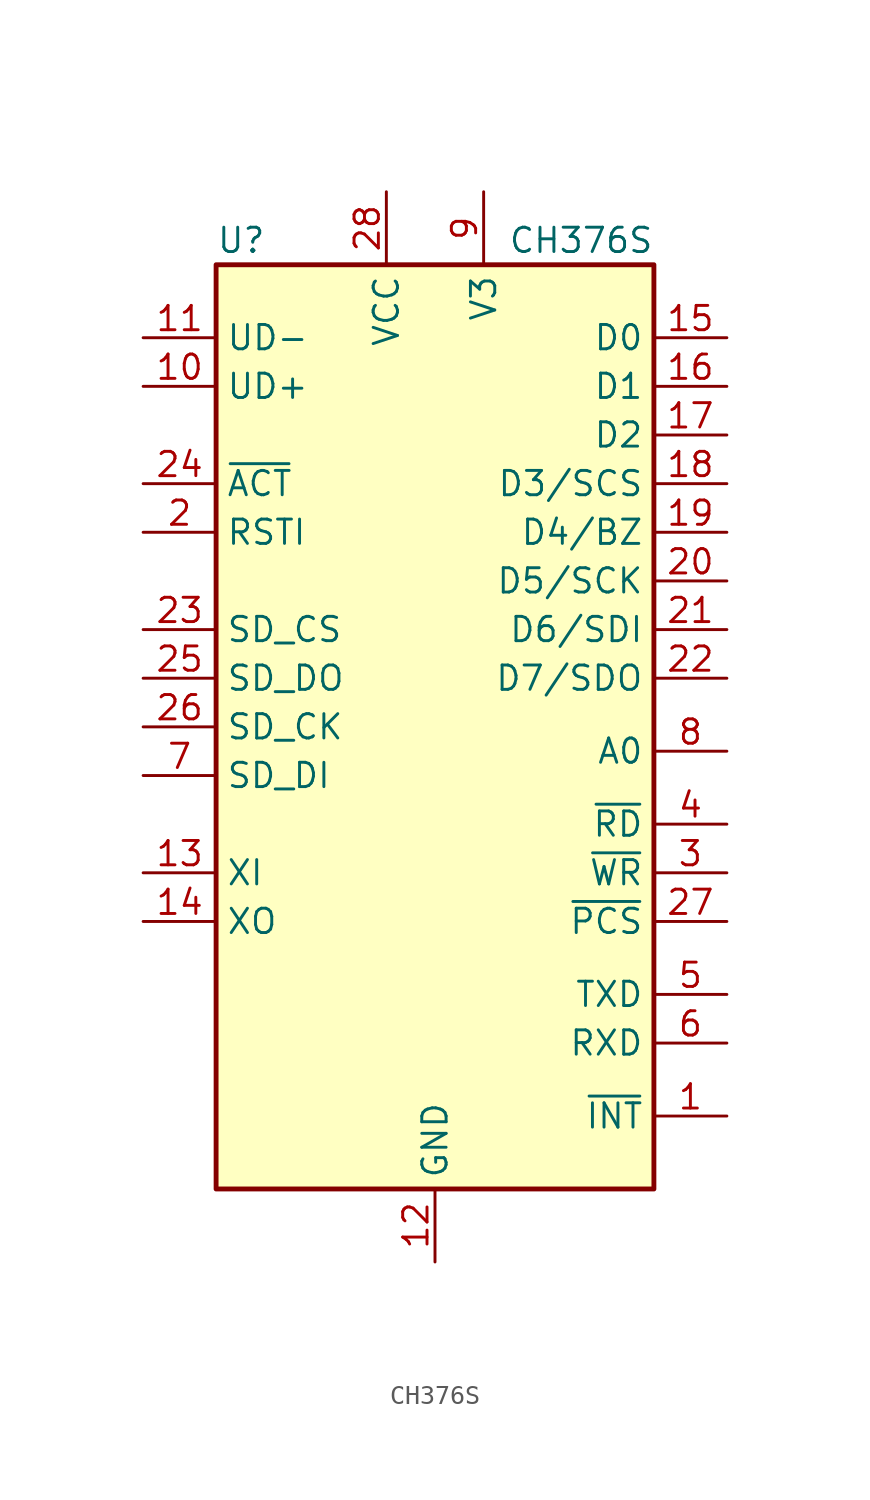
<source format=kicad_sym>
(kicad_symbol_lib
  (version 20211014)
  (generator kicad_symbol_editor)
  (symbol "CH376S"
    (property "Reference" "U"
      (at -11.43 24.13 0)
      (effects (font (size 1.27 1.27)) (justify left)))
    (property "Value" "CH376S"
      (at 3.81 24.13 0)
      (effects (font (size 1.27 1.27)) (justify left)))
    (symbol "CH376S_0_1"
      (rectangle (start -11.43 22.86) (end 11.43 -25.4) (stroke (width 0.254) (type default) (color 0 0 0 0)) (fill (type background))))
    (symbol "CH376S_1_1"
      (pin output line (at 15.24 -21.59 180) (length 3.81) (name "~{INT}" (effects (font (size 1.27 1.27)))) (number "1" (effects (font (size 1.27 1.27)))))
      (pin bidirectional line (at -15.24 16.51 0) (length 3.81) (name "UD+" (effects (font (size 1.27 1.27)))) (number "10" (effects (font (size 1.27 1.27)))))
      (pin bidirectional line (at -15.24 19.05 0) (length 3.81) (name "UD-" (effects (font (size 1.27 1.27)))) (number "11" (effects (font (size 1.27 1.27)))))
      (pin power_in line (at 0 -29.21 90) (length 3.81) (name "GND" (effects (font (size 1.27 1.27)))) (number "12" (effects (font (size 1.27 1.27)))))
      (pin input line (at -15.24 -8.89 0) (length 3.81) (name "XI" (effects (font (size 1.27 1.27)))) (number "13" (effects (font (size 1.27 1.27)))))
      (pin output line (at -15.24 -11.43 0) (length 3.81) (name "XO" (effects (font (size 1.27 1.27)))) (number "14" (effects (font (size 1.27 1.27)))))
      (pin passive line (at 15.24 19.05 180) (length 3.81) (name "D0" (effects (font (size 1.27 1.27)))) (number "15" (effects (font (size 1.27 1.27)))))
      (pin passive line (at 15.24 16.51 180) (length 3.81) (name "D1" (effects (font (size 1.27 1.27)))) (number "16" (effects (font (size 1.27 1.27)))))
      (pin passive line (at 15.24 13.97 180) (length 3.81) (name "D2" (effects (font (size 1.27 1.27)))) (number "17" (effects (font (size 1.27 1.27)))))
      (pin passive line (at 15.24 11.43 180) (length 3.81) (name "D3/SCS" (effects (font (size 1.27 1.27)))) (number "18" (effects (font (size 1.27 1.27)))))
      (pin passive line (at 15.24 8.89 180) (length 3.81) (name "D4/BZ" (effects (font (size 1.27 1.27)))) (number "19" (effects (font (size 1.27 1.27)))))
      (pin input line (at -15.24 8.89 0) (length 3.81) (name "RSTI" (effects (font (size 1.27 1.27)))) (number "2" (effects (font (size 1.27 1.27)))))
      (pin passive line (at 15.24 6.35 180) (length 3.81) (name "D5/SCK" (effects (font (size 1.27 1.27)))) (number "20" (effects (font (size 1.27 1.27)))))
      (pin passive line (at 15.24 3.81 180) (length 3.81) (name "D6/SDI" (effects (font (size 1.27 1.27)))) (number "21" (effects (font (size 1.27 1.27)))))
      (pin passive line (at 15.24 1.27 180) (length 3.81) (name "D7/SDO" (effects (font (size 1.27 1.27)))) (number "22" (effects (font (size 1.27 1.27)))))
      (pin open_collector line (at -15.24 3.81 0) (length 3.81) (name "SD_CS" (effects (font (size 1.27 1.27)))) (number "23" (effects (font (size 1.27 1.27)))))
      (pin passive line (at -15.24 11.43 0) (length 3.81) (name "~{ACT}" (effects (font (size 1.27 1.27)))) (number "24" (effects (font (size 1.27 1.27)))))
      (pin output line (at -15.24 1.27 0) (length 3.81) (name "SD_DO" (effects (font (size 1.27 1.27)))) (number "25" (effects (font (size 1.27 1.27)))))
      (pin output line (at -15.24 -1.27 0) (length 3.81) (name "SD_CK" (effects (font (size 1.27 1.27)))) (number "26" (effects (font (size 1.27 1.27)))))
      (pin passive line (at 15.24 -11.43 180) (length 3.81) (name "~{PCS}" (effects (font (size 1.27 1.27)))) (number "27" (effects (font (size 1.27 1.27)))))
      (pin power_in line (at -2.54 26.67 270) (length 3.81) (name "VCC" (effects (font (size 1.27 1.27)))) (number "28" (effects (font (size 1.27 1.27)))))
      (pin input line (at 15.24 -8.89 180) (length 3.81) (name "~{WR}" (effects (font (size 1.27 1.27)))) (number "3" (effects (font (size 1.27 1.27)))))
      (pin input line (at 15.24 -6.35 180) (length 3.81) (name "~{RD}" (effects (font (size 1.27 1.27)))) (number "4" (effects (font (size 1.27 1.27)))))
      (pin passive line (at 15.24 -15.24 180) (length 3.81) (name "TXD" (effects (font (size 1.27 1.27)))) (number "5" (effects (font (size 1.27 1.27)))))
      (pin passive line (at 15.24 -17.78 180) (length 3.81) (name "RXD" (effects (font (size 1.27 1.27)))) (number "6" (effects (font (size 1.27 1.27)))))
      (pin input line (at -15.24 -3.81 0) (length 3.81) (name "SD_DI" (effects (font (size 1.27 1.27)))) (number "7" (effects (font (size 1.27 1.27)))))
      (pin input line (at 15.24 -2.54 180) (length 3.81) (name "A0" (effects (font (size 1.27 1.27)))) (number "8" (effects (font (size 1.27 1.27)))))
      (pin passive line (at 2.54 26.67 270) (length 3.81) (name "V3" (effects (font (size 1.27 1.27)))) (number "9" (effects (font (size 1.27 1.27))))))))
</source>
